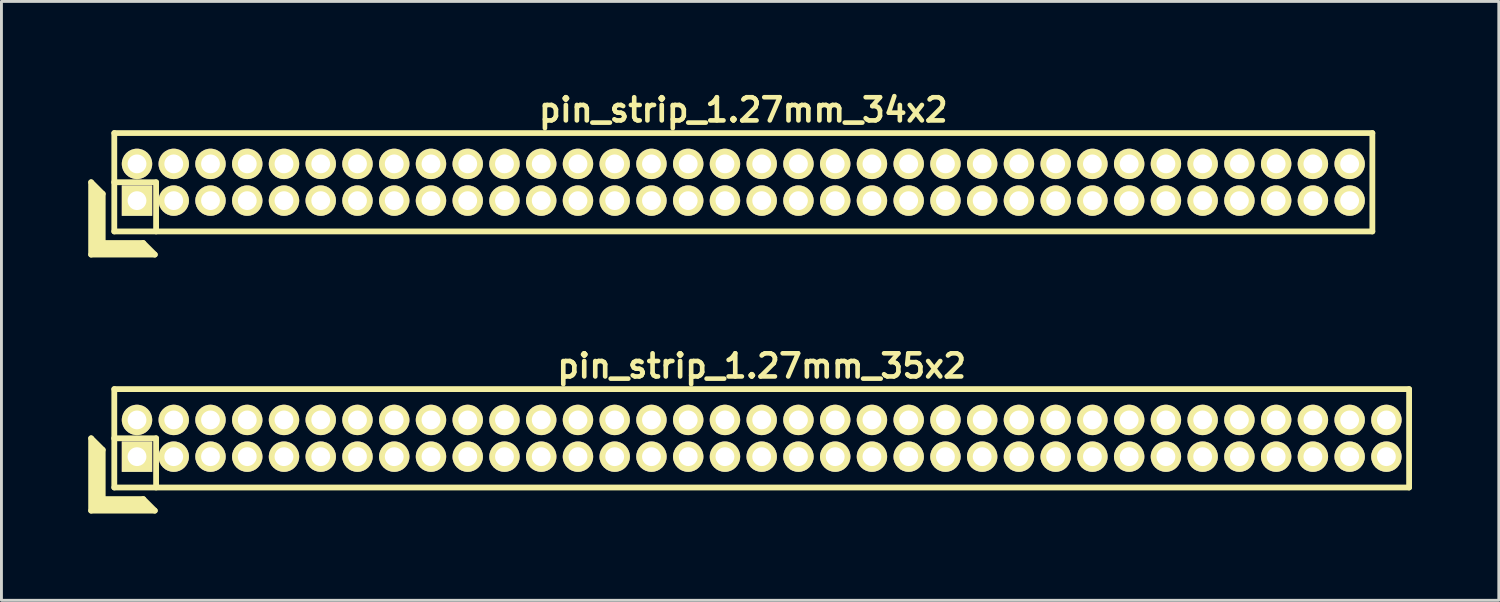
<source format=kicad_pcb>
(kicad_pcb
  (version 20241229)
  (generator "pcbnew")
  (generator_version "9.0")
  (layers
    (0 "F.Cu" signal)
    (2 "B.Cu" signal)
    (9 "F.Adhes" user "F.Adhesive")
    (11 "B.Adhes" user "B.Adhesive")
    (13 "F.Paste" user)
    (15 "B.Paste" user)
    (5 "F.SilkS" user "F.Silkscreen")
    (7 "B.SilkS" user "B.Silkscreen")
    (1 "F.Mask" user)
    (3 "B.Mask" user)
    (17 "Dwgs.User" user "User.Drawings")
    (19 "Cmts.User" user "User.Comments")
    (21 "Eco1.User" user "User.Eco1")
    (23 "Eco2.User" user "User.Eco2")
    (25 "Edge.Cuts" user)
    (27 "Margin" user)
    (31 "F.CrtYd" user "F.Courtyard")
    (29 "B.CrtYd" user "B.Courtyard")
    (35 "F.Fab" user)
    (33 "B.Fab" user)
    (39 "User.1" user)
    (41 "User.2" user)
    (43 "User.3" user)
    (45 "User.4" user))
  (footprint "pin_strip_1.27mm_34x2"
    (layer "F.Cu")
    (at 22.64 3.249)
    (property "Reference" "pin_strip_1.27mm_34x2" (at 0 -2.5 0) (layer "F.SilkS") (effects (font (size 0.8 0.8) (thickness 0.16))))
    (attr through_hole)
    (fp_line (start -22.54 0) (end -22.54 2.5) (stroke (width 0.2) (type solid)) (layer "F.SilkS"))
    (fp_line (start -22.54 0) (end -22.14 0.4) (stroke (width 0.2) (type solid)) (layer "F.SilkS"))
    (fp_line (start -22.54 2.5) (end -20.34 2.5) (stroke (width 0.2) (type solid)) (layer "F.SilkS"))
    (fp_line (start -22.44 2.4) (end -22.44 0.2) (stroke (width 0.2) (type solid)) (layer "F.SilkS"))
    (fp_line (start -22.44 2.4) (end -20.54 2.4) (stroke (width 0.2) (type solid)) (layer "F.SilkS"))
    (fp_line (start -22.34 2.3) (end -22.34 0.3) (stroke (width 0.2) (type solid)) (layer "F.SilkS"))
    (fp_line (start -22.34 2.3) (end -20.64 2.3) (stroke (width 0.2) (type solid)) (layer "F.SilkS"))
    (fp_line (start -22.24 2.2) (end -22.24 0.4) (stroke (width 0.2) (type solid)) (layer "F.SilkS"))
    (fp_line (start -22.24 2.2) (end -20.74 2.2) (stroke (width 0.2) (type solid)) (layer "F.SilkS"))
    (fp_line (start -22.14 2.1) (end -22.14 0.4) (stroke (width 0.2) (type solid)) (layer "F.SilkS"))
    (fp_line (start -22.14 2.1) (end -20.74 2.1) (stroke (width 0.2) (type solid)) (layer "F.SilkS"))
    (fp_line (start -21.745 0) (end -20.295 0) (stroke (width 0.2) (type solid)) (layer "F.SilkS"))
    (fp_line (start -21.74 -1.7) (end 21.74 -1.7) (stroke (width 0.2) (type solid)) (layer "F.SilkS"))
    (fp_line (start -21.74 1.7) (end -21.74 -1.7) (stroke (width 0.2) (type solid)) (layer "F.SilkS"))
    (fp_line (start -20.74 2.1) (end -20.34 2.5) (stroke (width 0.2) (type solid)) (layer "F.SilkS"))
    (fp_line (start -20.295 0) (end -20.295 1.7) (stroke (width 0.2) (type solid)) (layer "F.SilkS"))
    (fp_line (start 21.74 -1.7) (end 21.74 1.7) (stroke (width 0.2) (type solid)) (layer "F.SilkS"))
    (fp_line (start 21.74 1.7) (end -21.74 1.7) (stroke (width 0.2) (type solid)) (layer "F.SilkS"))
    (pad "1" thru_hole rect (at -20.955 0.635) (size 1.05 1.05) (drill 0.65) (layers "*.Cu" "*.Mask" "F.SilkS"))
    (pad "2" thru_hole oval (at -20.955 -0.635) (size 1.05 1.05) (drill 0.65) (layers "*.Cu" "*.Mask" "F.SilkS"))
    (pad "3" thru_hole oval (at -19.685 0.635) (size 1.05 1.05) (drill 0.65) (layers "*.Cu" "*.Mask" "F.SilkS"))
    (pad "4" thru_hole oval (at -19.685 -0.635) (size 1.05 1.05) (drill 0.65) (layers "*.Cu" "*.Mask" "F.SilkS"))
    (pad "5" thru_hole oval (at -18.415 0.635) (size 1.05 1.05) (drill 0.65) (layers "*.Cu" "*.Mask" "F.SilkS"))
    (pad "6" thru_hole oval (at -18.415 -0.635) (size 1.05 1.05) (drill 0.65) (layers "*.Cu" "*.Mask" "F.SilkS"))
    (pad "7" thru_hole oval (at -17.145 0.635) (size 1.05 1.05) (drill 0.65) (layers "*.Cu" "*.Mask" "F.SilkS"))
    (pad "8" thru_hole oval (at -17.145 -0.635) (size 1.05 1.05) (drill 0.65) (layers "*.Cu" "*.Mask" "F.SilkS"))
    (pad "9" thru_hole oval (at -15.875 0.635) (size 1.05 1.05) (drill 0.65) (layers "*.Cu" "*.Mask" "F.SilkS"))
    (pad "10" thru_hole oval (at -15.875 -0.635) (size 1.05 1.05) (drill 0.65) (layers "*.Cu" "*.Mask" "F.SilkS"))
    (pad "11" thru_hole oval (at -14.605 0.635) (size 1.05 1.05) (drill 0.65) (layers "*.Cu" "*.Mask" "F.SilkS"))
    (pad "12" thru_hole oval (at -14.605 -0.635) (size 1.05 1.05) (drill 0.65) (layers "*.Cu" "*.Mask" "F.SilkS"))
    (pad "13" thru_hole oval (at -13.335 0.635) (size 1.05 1.05) (drill 0.65) (layers "*.Cu" "*.Mask" "F.SilkS"))
    (pad "14" thru_hole oval (at -13.335 -0.635) (size 1.05 1.05) (drill 0.65) (layers "*.Cu" "*.Mask" "F.SilkS"))
    (pad "15" thru_hole oval (at -12.065 0.635) (size 1.05 1.05) (drill 0.65) (layers "*.Cu" "*.Mask" "F.SilkS"))
    (pad "16" thru_hole oval (at -12.065 -0.635) (size 1.05 1.05) (drill 0.65) (layers "*.Cu" "*.Mask" "F.SilkS"))
    (pad "17" thru_hole oval (at -10.795 0.635) (size 1.05 1.05) (drill 0.65) (layers "*.Cu" "*.Mask" "F.SilkS"))
    (pad "18" thru_hole oval (at -10.795 -0.635) (size 1.05 1.05) (drill 0.65) (layers "*.Cu" "*.Mask" "F.SilkS"))
    (pad "19" thru_hole oval (at -9.525 0.635) (size 1.05 1.05) (drill 0.65) (layers "*.Cu" "*.Mask" "F.SilkS"))
    (pad "20" thru_hole oval (at -9.525 -0.635) (size 1.05 1.05) (drill 0.65) (layers "*.Cu" "*.Mask" "F.SilkS"))
    (pad "21" thru_hole oval (at -8.255 0.635) (size 1.05 1.05) (drill 0.65) (layers "*.Cu" "*.Mask" "F.SilkS"))
    (pad "22" thru_hole oval (at -8.255 -0.635) (size 1.05 1.05) (drill 0.65) (layers "*.Cu" "*.Mask" "F.SilkS"))
    (pad "23" thru_hole oval (at -6.985 0.635) (size 1.05 1.05) (drill 0.65) (layers "*.Cu" "*.Mask" "F.SilkS"))
    (pad "24" thru_hole oval (at -6.985 -0.635) (size 1.05 1.05) (drill 0.65) (layers "*.Cu" "*.Mask" "F.SilkS"))
    (pad "25" thru_hole oval (at -5.715 0.635) (size 1.05 1.05) (drill 0.65) (layers "*.Cu" "*.Mask" "F.SilkS"))
    (pad "26" thru_hole oval (at -5.715 -0.635) (size 1.05 1.05) (drill 0.65) (layers "*.Cu" "*.Mask" "F.SilkS"))
    (pad "27" thru_hole oval (at -4.445 0.635) (size 1.05 1.05) (drill 0.65) (layers "*.Cu" "*.Mask" "F.SilkS"))
    (pad "28" thru_hole oval (at -4.445 -0.635) (size 1.05 1.05) (drill 0.65) (layers "*.Cu" "*.Mask" "F.SilkS"))
    (pad "29" thru_hole oval (at -3.175 0.635) (size 1.05 1.05) (drill 0.65) (layers "*.Cu" "*.Mask" "F.SilkS"))
    (pad "30" thru_hole oval (at -3.175 -0.635) (size 1.05 1.05) (drill 0.65) (layers "*.Cu" "*.Mask" "F.SilkS"))
    (pad "31" thru_hole oval (at -1.905 0.635) (size 1.05 1.05) (drill 0.65) (layers "*.Cu" "*.Mask" "F.SilkS"))
    (pad "32" thru_hole oval (at -1.905 -0.635) (size 1.05 1.05) (drill 0.65) (layers "*.Cu" "*.Mask" "F.SilkS"))
    (pad "33" thru_hole oval (at -0.635 0.635) (size 1.05 1.05) (drill 0.65) (layers "*.Cu" "*.Mask" "F.SilkS"))
    (pad "34" thru_hole oval (at -0.635 -0.635) (size 1.05 1.05) (drill 0.65) (layers "*.Cu" "*.Mask" "F.SilkS"))
    (pad "35" thru_hole oval (at 0.635 0.635) (size 1.05 1.05) (drill 0.65) (layers "*.Cu" "*.Mask" "F.SilkS"))
    (pad "36" thru_hole oval (at 0.635 -0.635) (size 1.05 1.05) (drill 0.65) (layers "*.Cu" "*.Mask" "F.SilkS"))
    (pad "37" thru_hole oval (at 1.905 0.635) (size 1.05 1.05) (drill 0.65) (layers "*.Cu" "*.Mask" "F.SilkS"))
    (pad "38" thru_hole oval (at 1.905 -0.635) (size 1.05 1.05) (drill 0.65) (layers "*.Cu" "*.Mask" "F.SilkS"))
    (pad "39" thru_hole oval (at 3.175 0.635) (size 1.05 1.05) (drill 0.65) (layers "*.Cu" "*.Mask" "F.SilkS"))
    (pad "40" thru_hole oval (at 3.175 -0.635) (size 1.05 1.05) (drill 0.65) (layers "*.Cu" "*.Mask" "F.SilkS"))
    (pad "41" thru_hole oval (at 4.445 0.635) (size 1.05 1.05) (drill 0.65) (layers "*.Cu" "*.Mask" "F.SilkS"))
    (pad "42" thru_hole oval (at 4.445 -0.635) (size 1.05 1.05) (drill 0.65) (layers "*.Cu" "*.Mask" "F.SilkS"))
    (pad "43" thru_hole oval (at 5.715 0.635) (size 1.05 1.05) (drill 0.65) (layers "*.Cu" "*.Mask" "F.SilkS"))
    (pad "44" thru_hole oval (at 5.715 -0.635) (size 1.05 1.05) (drill 0.65) (layers "*.Cu" "*.Mask" "F.SilkS"))
    (pad "45" thru_hole oval (at 6.985 0.635) (size 1.05 1.05) (drill 0.65) (layers "*.Cu" "*.Mask" "F.SilkS"))
    (pad "46" thru_hole oval (at 6.985 -0.635) (size 1.05 1.05) (drill 0.65) (layers "*.Cu" "*.Mask" "F.SilkS"))
    (pad "47" thru_hole oval (at 8.255 0.635) (size 1.05 1.05) (drill 0.65) (layers "*.Cu" "*.Mask" "F.SilkS"))
    (pad "48" thru_hole oval (at 8.255 -0.635) (size 1.05 1.05) (drill 0.65) (layers "*.Cu" "*.Mask" "F.SilkS"))
    (pad "49" thru_hole oval (at 9.525 0.635) (size 1.05 1.05) (drill 0.65) (layers "*.Cu" "*.Mask" "F.SilkS"))
    (pad "50" thru_hole oval (at 9.525 -0.635) (size 1.05 1.05) (drill 0.65) (layers "*.Cu" "*.Mask" "F.SilkS"))
    (pad "51" thru_hole circle (at 10.795 0.635) (size 1.05 1.05) (drill 0.65) (layers "*.Cu" "*.Mask" "F.SilkS"))
    (pad "52" thru_hole oval (at 10.795 -0.635) (size 1.05 1.05) (drill 0.65) (layers "*.Cu" "*.Mask" "F.SilkS"))
    (pad "53" thru_hole oval (at 12.065 0.635) (size 1.05 1.05) (drill 0.65) (layers "*.Cu" "*.Mask" "F.SilkS"))
    (pad "54" thru_hole oval (at 12.065 -0.635) (size 1.05 1.05) (drill 0.65) (layers "*.Cu" "*.Mask" "F.SilkS"))
    (pad "55" thru_hole oval (at 13.335 0.635) (size 1.05 1.05) (drill 0.65) (layers "*.Cu" "*.Mask" "F.SilkS"))
    (pad "56" thru_hole oval (at 13.335 -0.635) (size 1.05 1.05) (drill 0.65) (layers "*.Cu" "*.Mask" "F.SilkS"))
    (pad "57" thru_hole oval (at 14.605 0.635) (size 1.05 1.05) (drill 0.65) (layers "*.Cu" "*.Mask" "F.SilkS"))
    (pad "58" thru_hole oval (at 14.605 -0.635) (size 1.05 1.05) (drill 0.65) (layers "*.Cu" "*.Mask" "F.SilkS"))
    (pad "59" thru_hole oval (at 15.875 0.635) (size 1.05 1.05) (drill 0.65) (layers "*.Cu" "*.Mask" "F.SilkS"))
    (pad "60" thru_hole oval (at 15.875 -0.635) (size 1.05 1.05) (drill 0.65) (layers "*.Cu" "*.Mask" "F.SilkS"))
    (pad "61" thru_hole oval (at 17.145 0.635) (size 1.05 1.05) (drill 0.65) (layers "*.Cu" "*.Mask" "F.SilkS"))
    (pad "62" thru_hole oval (at 17.145 -0.635) (size 1.05 1.05) (drill 0.65) (layers "*.Cu" "*.Mask" "F.SilkS"))
    (pad "63" thru_hole oval (at 18.415 0.635) (size 1.05 1.05) (drill 0.65) (layers "*.Cu" "*.Mask" "F.SilkS"))
    (pad "64" thru_hole oval (at 18.415 -0.635) (size 1.05 1.05) (drill 0.65) (layers "*.Cu" "*.Mask" "F.SilkS"))
    (pad "65" thru_hole oval (at 19.685 0.635) (size 1.05 1.05) (drill 0.65) (layers "*.Cu" "*.Mask" "F.SilkS"))
    (pad "66" thru_hole oval (at 19.685 -0.635) (size 1.05 1.05) (drill 0.65) (layers "*.Cu" "*.Mask" "F.SilkS"))
    (pad "67" thru_hole oval (at 20.955 0.635) (size 1.05 1.05) (drill 0.65) (layers "*.Cu" "*.Mask" "F.SilkS"))
    (pad "68" thru_hole oval (at 20.955 -0.635) (size 1.05 1.05) (drill 0.65) (layers "*.Cu" "*.Mask" "F.SilkS")))
  (footprint "pin_strip_1.27mm_35x2"
    (layer "F.Cu")
    (at 23.275 12.098)
    (property "Reference" "pin_strip_1.27mm_35x2" (at 0 -2.5 0) (layer "F.SilkS") (effects (font (size 0.8 0.8) (thickness 0.16))))
    (attr through_hole)
    (fp_line (start -23.175 0) (end -23.175 2.5) (stroke (width 0.2) (type solid)) (layer "F.SilkS"))
    (fp_line (start -23.175 0) (end -22.775 0.4) (stroke (width 0.2) (type solid)) (layer "F.SilkS"))
    (fp_line (start -23.175 2.5) (end -20.975 2.5) (stroke (width 0.2) (type solid)) (layer "F.SilkS"))
    (fp_line (start -23.075 2.4) (end -23.075 0.2) (stroke (width 0.2) (type solid)) (layer "F.SilkS"))
    (fp_line (start -23.075 2.4) (end -21.175 2.4) (stroke (width 0.2) (type solid)) (layer "F.SilkS"))
    (fp_line (start -22.975 2.3) (end -22.975 0.3) (stroke (width 0.2) (type solid)) (layer "F.SilkS"))
    (fp_line (start -22.975 2.3) (end -21.275 2.3) (stroke (width 0.2) (type solid)) (layer "F.SilkS"))
    (fp_line (start -22.875 2.2) (end -22.875 0.4) (stroke (width 0.2) (type solid)) (layer "F.SilkS"))
    (fp_line (start -22.875 2.2) (end -21.375 2.2) (stroke (width 0.2) (type solid)) (layer "F.SilkS"))
    (fp_line (start -22.775 2.1) (end -22.775 0.4) (stroke (width 0.2) (type solid)) (layer "F.SilkS"))
    (fp_line (start -22.775 2.1) (end -21.375 2.1) (stroke (width 0.2) (type solid)) (layer "F.SilkS"))
    (fp_line (start -22.38 0) (end -20.93 0) (stroke (width 0.2) (type solid)) (layer "F.SilkS"))
    (fp_line (start -22.375 -1.7) (end 22.375 -1.7) (stroke (width 0.2) (type solid)) (layer "F.SilkS"))
    (fp_line (start -22.375 1.7) (end -22.375 -1.7) (stroke (width 0.2) (type solid)) (layer "F.SilkS"))
    (fp_line (start -21.375 2.1) (end -20.975 2.5) (stroke (width 0.2) (type solid)) (layer "F.SilkS"))
    (fp_line (start -20.93 0) (end -20.93 1.7) (stroke (width 0.2) (type solid)) (layer "F.SilkS"))
    (fp_line (start 22.375 -1.7) (end 22.375 1.7) (stroke (width 0.2) (type solid)) (layer "F.SilkS"))
    (fp_line (start 22.375 1.7) (end -22.375 1.7) (stroke (width 0.2) (type solid)) (layer "F.SilkS"))
    (pad "1" thru_hole rect (at -21.59 0.635) (size 1.05 1.05) (drill 0.65) (layers "*.Cu" "*.Mask" "F.SilkS"))
    (pad "2" thru_hole oval (at -21.59 -0.635) (size 1.05 1.05) (drill 0.65) (layers "*.Cu" "*.Mask" "F.SilkS"))
    (pad "3" thru_hole oval (at -20.32 0.635) (size 1.05 1.05) (drill 0.65) (layers "*.Cu" "*.Mask" "F.SilkS"))
    (pad "4" thru_hole oval (at -20.32 -0.635) (size 1.05 1.05) (drill 0.65) (layers "*.Cu" "*.Mask" "F.SilkS"))
    (pad "5" thru_hole oval (at -19.05 0.635) (size 1.05 1.05) (drill 0.65) (layers "*.Cu" "*.Mask" "F.SilkS"))
    (pad "6" thru_hole oval (at -19.05 -0.635) (size 1.05 1.05) (drill 0.65) (layers "*.Cu" "*.Mask" "F.SilkS"))
    (pad "7" thru_hole oval (at -17.78 0.635) (size 1.05 1.05) (drill 0.65) (layers "*.Cu" "*.Mask" "F.SilkS"))
    (pad "8" thru_hole oval (at -17.78 -0.635) (size 1.05 1.05) (drill 0.65) (layers "*.Cu" "*.Mask" "F.SilkS"))
    (pad "9" thru_hole oval (at -16.51 0.635) (size 1.05 1.05) (drill 0.65) (layers "*.Cu" "*.Mask" "F.SilkS"))
    (pad "10" thru_hole oval (at -16.51 -0.635) (size 1.05 1.05) (drill 0.65) (layers "*.Cu" "*.Mask" "F.SilkS"))
    (pad "11" thru_hole oval (at -15.24 0.635) (size 1.05 1.05) (drill 0.65) (layers "*.Cu" "*.Mask" "F.SilkS"))
    (pad "12" thru_hole oval (at -15.24 -0.635) (size 1.05 1.05) (drill 0.65) (layers "*.Cu" "*.Mask" "F.SilkS"))
    (pad "13" thru_hole oval (at -13.97 0.635) (size 1.05 1.05) (drill 0.65) (layers "*.Cu" "*.Mask" "F.SilkS"))
    (pad "14" thru_hole oval (at -13.97 -0.635) (size 1.05 1.05) (drill 0.65) (layers "*.Cu" "*.Mask" "F.SilkS"))
    (pad "15" thru_hole oval (at -12.7 0.635) (size 1.05 1.05) (drill 0.65) (layers "*.Cu" "*.Mask" "F.SilkS"))
    (pad "16" thru_hole oval (at -12.7 -0.635) (size 1.05 1.05) (drill 0.65) (layers "*.Cu" "*.Mask" "F.SilkS"))
    (pad "17" thru_hole oval (at -11.43 0.635) (size 1.05 1.05) (drill 0.65) (layers "*.Cu" "*.Mask" "F.SilkS"))
    (pad "18" thru_hole oval (at -11.43 -0.635) (size 1.05 1.05) (drill 0.65) (layers "*.Cu" "*.Mask" "F.SilkS"))
    (pad "19" thru_hole oval (at -10.16 0.635) (size 1.05 1.05) (drill 0.65) (layers "*.Cu" "*.Mask" "F.SilkS"))
    (pad "20" thru_hole oval (at -10.16 -0.635) (size 1.05 1.05) (drill 0.65) (layers "*.Cu" "*.Mask" "F.SilkS"))
    (pad "21" thru_hole oval (at -8.89 0.635) (size 1.05 1.05) (drill 0.65) (layers "*.Cu" "*.Mask" "F.SilkS"))
    (pad "22" thru_hole oval (at -8.89 -0.635) (size 1.05 1.05) (drill 0.65) (layers "*.Cu" "*.Mask" "F.SilkS"))
    (pad "23" thru_hole oval (at -7.62 0.635) (size 1.05 1.05) (drill 0.65) (layers "*.Cu" "*.Mask" "F.SilkS"))
    (pad "24" thru_hole oval (at -7.62 -0.635) (size 1.05 1.05) (drill 0.65) (layers "*.Cu" "*.Mask" "F.SilkS"))
    (pad "25" thru_hole oval (at -6.35 0.635) (size 1.05 1.05) (drill 0.65) (layers "*.Cu" "*.Mask" "F.SilkS"))
    (pad "26" thru_hole oval (at -6.35 -0.635) (size 1.05 1.05) (drill 0.65) (layers "*.Cu" "*.Mask" "F.SilkS"))
    (pad "27" thru_hole oval (at -5.08 0.635) (size 1.05 1.05) (drill 0.65) (layers "*.Cu" "*.Mask" "F.SilkS"))
    (pad "28" thru_hole oval (at -5.08 -0.635) (size 1.05 1.05) (drill 0.65) (layers "*.Cu" "*.Mask" "F.SilkS"))
    (pad "29" thru_hole oval (at -3.81 0.635) (size 1.05 1.05) (drill 0.65) (layers "*.Cu" "*.Mask" "F.SilkS"))
    (pad "30" thru_hole oval (at -3.81 -0.635) (size 1.05 1.05) (drill 0.65) (layers "*.Cu" "*.Mask" "F.SilkS"))
    (pad "31" thru_hole oval (at -2.54 0.635) (size 1.05 1.05) (drill 0.65) (layers "*.Cu" "*.Mask" "F.SilkS"))
    (pad "32" thru_hole oval (at -2.54 -0.635) (size 1.05 1.05) (drill 0.65) (layers "*.Cu" "*.Mask" "F.SilkS"))
    (pad "33" thru_hole oval (at -1.27 0.635) (size 1.05 1.05) (drill 0.65) (layers "*.Cu" "*.Mask" "F.SilkS"))
    (pad "34" thru_hole oval (at -1.27 -0.635) (size 1.05 1.05) (drill 0.65) (layers "*.Cu" "*.Mask" "F.SilkS"))
    (pad "35" thru_hole oval (at 0 0.635) (size 1.05 1.05) (drill 0.65) (layers "*.Cu" "*.Mask" "F.SilkS"))
    (pad "36" thru_hole oval (at 0 -0.635) (size 1.05 1.05) (drill 0.65) (layers "*.Cu" "*.Mask" "F.SilkS"))
    (pad "37" thru_hole oval (at 1.27 0.635) (size 1.05 1.05) (drill 0.65) (layers "*.Cu" "*.Mask" "F.SilkS"))
    (pad "38" thru_hole oval (at 1.27 -0.635) (size 1.05 1.05) (drill 0.65) (layers "*.Cu" "*.Mask" "F.SilkS"))
    (pad "39" thru_hole oval (at 2.54 0.635) (size 1.05 1.05) (drill 0.65) (layers "*.Cu" "*.Mask" "F.SilkS"))
    (pad "40" thru_hole oval (at 2.54 -0.635) (size 1.05 1.05) (drill 0.65) (layers "*.Cu" "*.Mask" "F.SilkS"))
    (pad "41" thru_hole oval (at 3.81 0.635) (size 1.05 1.05) (drill 0.65) (layers "*.Cu" "*.Mask" "F.SilkS"))
    (pad "42" thru_hole oval (at 3.81 -0.635) (size 1.05 1.05) (drill 0.65) (layers "*.Cu" "*.Mask" "F.SilkS"))
    (pad "43" thru_hole oval (at 5.08 0.635) (size 1.05 1.05) (drill 0.65) (layers "*.Cu" "*.Mask" "F.SilkS"))
    (pad "44" thru_hole oval (at 5.08 -0.635) (size 1.05 1.05) (drill 0.65) (layers "*.Cu" "*.Mask" "F.SilkS"))
    (pad "45" thru_hole oval (at 6.35 0.635) (size 1.05 1.05) (drill 0.65) (layers "*.Cu" "*.Mask" "F.SilkS"))
    (pad "46" thru_hole oval (at 6.35 -0.635) (size 1.05 1.05) (drill 0.65) (layers "*.Cu" "*.Mask" "F.SilkS"))
    (pad "47" thru_hole oval (at 7.62 0.635) (size 1.05 1.05) (drill 0.65) (layers "*.Cu" "*.Mask" "F.SilkS"))
    (pad "48" thru_hole oval (at 7.62 -0.635) (size 1.05 1.05) (drill 0.65) (layers "*.Cu" "*.Mask" "F.SilkS"))
    (pad "49" thru_hole oval (at 8.89 0.635) (size 1.05 1.05) (drill 0.65) (layers "*.Cu" "*.Mask" "F.SilkS"))
    (pad "50" thru_hole oval (at 8.89 -0.635) (size 1.05 1.05) (drill 0.65) (layers "*.Cu" "*.Mask" "F.SilkS"))
    (pad "51" thru_hole circle (at 10.16 0.635) (size 1.05 1.05) (drill 0.65) (layers "*.Cu" "*.Mask" "F.SilkS"))
    (pad "52" thru_hole oval (at 10.16 -0.635) (size 1.05 1.05) (drill 0.65) (layers "*.Cu" "*.Mask" "F.SilkS"))
    (pad "53" thru_hole oval (at 11.43 0.635) (size 1.05 1.05) (drill 0.65) (layers "*.Cu" "*.Mask" "F.SilkS"))
    (pad "54" thru_hole oval (at 11.43 -0.635) (size 1.05 1.05) (drill 0.65) (layers "*.Cu" "*.Mask" "F.SilkS"))
    (pad "55" thru_hole oval (at 12.7 0.635) (size 1.05 1.05) (drill 0.65) (layers "*.Cu" "*.Mask" "F.SilkS"))
    (pad "56" thru_hole oval (at 12.7 -0.635) (size 1.05 1.05) (drill 0.65) (layers "*.Cu" "*.Mask" "F.SilkS"))
    (pad "57" thru_hole oval (at 13.97 0.635) (size 1.05 1.05) (drill 0.65) (layers "*.Cu" "*.Mask" "F.SilkS"))
    (pad "58" thru_hole oval (at 13.97 -0.635) (size 1.05 1.05) (drill 0.65) (layers "*.Cu" "*.Mask" "F.SilkS"))
    (pad "59" thru_hole oval (at 15.24 0.635) (size 1.05 1.05) (drill 0.65) (layers "*.Cu" "*.Mask" "F.SilkS"))
    (pad "60" thru_hole oval (at 15.24 -0.635) (size 1.05 1.05) (drill 0.65) (layers "*.Cu" "*.Mask" "F.SilkS"))
    (pad "61" thru_hole oval (at 16.51 0.635) (size 1.05 1.05) (drill 0.65) (layers "*.Cu" "*.Mask" "F.SilkS"))
    (pad "62" thru_hole oval (at 16.51 -0.635) (size 1.05 1.05) (drill 0.65) (layers "*.Cu" "*.Mask" "F.SilkS"))
    (pad "63" thru_hole oval (at 17.78 0.635) (size 1.05 1.05) (drill 0.65) (layers "*.Cu" "*.Mask" "F.SilkS"))
    (pad "64" thru_hole oval (at 17.78 -0.635) (size 1.05 1.05) (drill 0.65) (layers "*.Cu" "*.Mask" "F.SilkS"))
    (pad "65" thru_hole oval (at 19.05 0.635) (size 1.05 1.05) (drill 0.65) (layers "*.Cu" "*.Mask" "F.SilkS"))
    (pad "66" thru_hole oval (at 19.05 -0.635) (size 1.05 1.05) (drill 0.65) (layers "*.Cu" "*.Mask" "F.SilkS"))
    (pad "67" thru_hole oval (at 20.32 0.635) (size 1.05 1.05) (drill 0.65) (layers "*.Cu" "*.Mask" "F.SilkS"))
    (pad "68" thru_hole oval (at 20.32 -0.635) (size 1.05 1.05) (drill 0.65) (layers "*.Cu" "*.Mask" "F.SilkS"))
    (pad "69" thru_hole oval (at 21.59 0.635) (size 1.05 1.05) (drill 0.65) (layers "*.Cu" "*.Mask" "F.SilkS"))
    (pad "70" thru_hole oval (at 21.59 -0.635) (size 1.05 1.05) (drill 0.65) (layers "*.Cu" "*.Mask" "F.SilkS")))
  (gr_rect
    (start -3 -3)
    (end 48.75 17.698)
    (stroke (width 0.1) (type default))
    (fill no)
    (layer "Edge.Cuts")))
</source>
